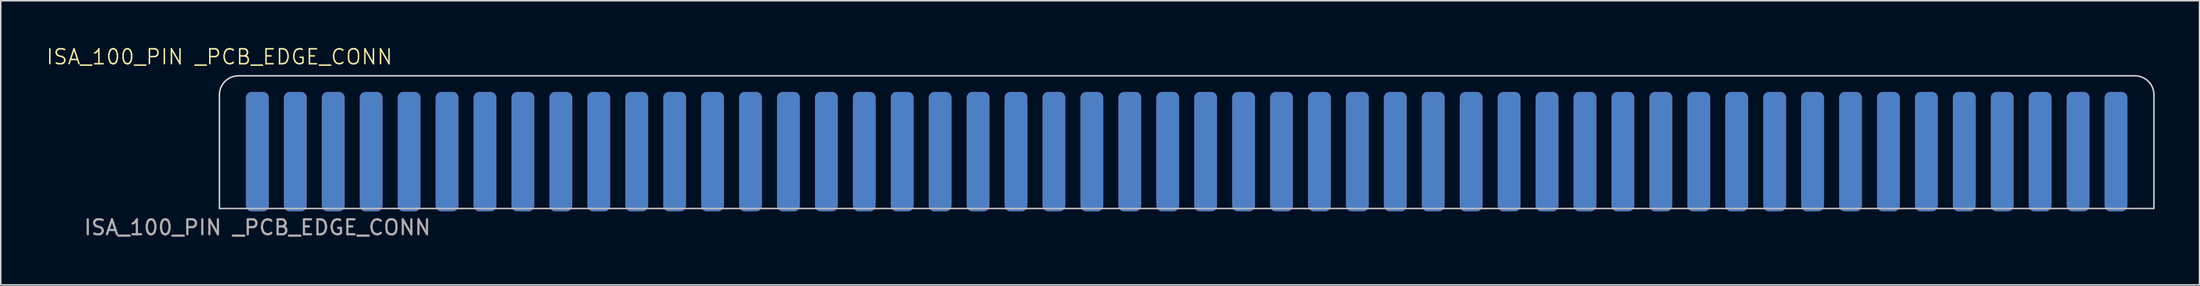
<source format=kicad_pcb>
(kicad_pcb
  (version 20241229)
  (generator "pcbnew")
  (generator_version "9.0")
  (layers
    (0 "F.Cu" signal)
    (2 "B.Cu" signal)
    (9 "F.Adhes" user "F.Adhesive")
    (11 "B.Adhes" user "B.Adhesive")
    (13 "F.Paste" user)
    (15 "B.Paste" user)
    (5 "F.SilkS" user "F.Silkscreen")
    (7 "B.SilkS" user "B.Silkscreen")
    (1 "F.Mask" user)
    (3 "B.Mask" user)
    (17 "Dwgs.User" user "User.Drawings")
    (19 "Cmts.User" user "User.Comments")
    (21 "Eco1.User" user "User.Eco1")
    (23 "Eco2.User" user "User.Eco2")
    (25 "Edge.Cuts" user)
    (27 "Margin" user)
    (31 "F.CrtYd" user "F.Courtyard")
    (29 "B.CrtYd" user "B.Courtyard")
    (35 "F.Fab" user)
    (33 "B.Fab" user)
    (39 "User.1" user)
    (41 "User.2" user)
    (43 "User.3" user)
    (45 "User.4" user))
  (footprint "ISA_100_PIN _PCB_EDGE_CONN"
    (layer "F.Cu")
    (at 14.185 7.111)
    (property "Reference" "ISA_100_PIN _PCB_EDGE_CONN" (at -2.54 -6.35 0) (unlocked yes) (layer "F.SilkS") (effects (font (size 1 1) (thickness 0.1))))
    (attr smd)
    (fp_poly (pts (xy -2.54 -3.81) (xy 127 -3.81) (xy 127 3.81) (xy -2.54 3.81)) (stroke (width 0.1) (type solid)) (fill yes) (layer "F.Mask"))
    (fp_poly (pts (xy -2.54 -3.81) (xy 127 -3.81) (xy 127 3.81) (xy -2.54 3.81)) (stroke (width 0.1) (type solid)) (fill yes) (layer "B.Mask"))
    (fp_line (start -2.54 3.81) (end 127 3.81) (stroke (width 0.1) (type solid)) (layer "Dwgs.User"))
    (fp_line (start -2.54 -3.81) (end -2.54 3.81) (stroke (width 0.1) (type solid)) (layer "Edge.Cuts"))
    (fp_line (start 125.73 -5.08) (end -1.27 -5.08) (stroke (width 0.1) (type default)) (layer "Edge.Cuts"))
    (fp_line (start 127 3.81) (end 127 -3.81) (stroke (width 0.1) (type solid)) (layer "Edge.Cuts"))
    (fp_arc (start -2.54 -3.810001) (mid -2.168026 -4.708026) (end -1.270001 -5.08) (stroke (width 0.1) (type solid)) (layer "Edge.Cuts"))
    (fp_arc (start 125.73 -5.08) (mid 126.628026 -4.708026) (end 127 -3.81) (stroke (width 0.1) (type solid)) (layer "Edge.Cuts"))
    (fp_text user "${REFERENCE}" (at 0 5.08 0) (unlocked yes) (layer "F.Fab") (effects (font (size 1 1) (thickness 0.15))))
    (pad "1" smd roundrect (at 0 0 90) (size 8 1.524) (layers "F.Cu" "F.Mask" "F.Paste") (roundrect_rratio 0.25) (padstack (mode front_inner_back) (layer "Inner" (shape roundrect) (size 6.35 1.57) (roundrect_rratio 0.15)) (layer "B.Cu" (shape roundrect) (size 6.35 1.57) (roundrect_rratio 0.15))))
    (pad "2" smd roundrect (at 0 0 270) (size 6.35 1.57) (layers "B.Cu" "B.Mask" "B.Paste") (roundrect_rratio 0.15) (padstack (mode front_inner_back) (layer "Inner" (shape roundrect) (size 6.35 1.57) (roundrect_rratio 0.15)) (layer "B.Cu" (shape roundrect) (size 8 1.524) (roundrect_rratio 0.25))))
    (pad "3" smd roundrect (at 2.54 0 90) (size 8 1.524) (layers "F.Cu" "F.Mask" "F.Paste") (roundrect_rratio 0.25) (padstack (mode front_inner_back) (layer "Inner" (shape roundrect) (size 6.35 1.57) (roundrect_rratio 0.15)) (layer "B.Cu" (shape roundrect) (size 6.35 1.57) (roundrect_rratio 0.15))))
    (pad "4" smd roundrect (at 2.54 0 270) (size 6.35 1.57) (layers "B.Cu" "B.Mask" "B.Paste") (roundrect_rratio 0.15) (padstack (mode front_inner_back) (layer "Inner" (shape roundrect) (size 6.35 1.57) (roundrect_rratio 0.15)) (layer "B.Cu" (shape roundrect) (size 8 1.524) (roundrect_rratio 0.25))))
    (pad "5" smd roundrect (at 5.08 0 90) (size 8 1.524) (layers "F.Cu" "F.Mask" "F.Paste") (roundrect_rratio 0.25) (padstack (mode front_inner_back) (layer "Inner" (shape roundrect) (size 6.35 1.57) (roundrect_rratio 0.15)) (layer "B.Cu" (shape roundrect) (size 6.35 1.57) (roundrect_rratio 0.15))))
    (pad "6" smd roundrect (at 5.08 0 270) (size 6.35 1.57) (layers "B.Cu" "B.Mask" "B.Paste") (roundrect_rratio 0.15) (padstack (mode front_inner_back) (layer "Inner" (shape roundrect) (size 6.35 1.57) (roundrect_rratio 0.15)) (layer "B.Cu" (shape roundrect) (size 8 1.524) (roundrect_rratio 0.25))))
    (pad "7" smd roundrect (at 7.62 0 90) (size 8 1.524) (layers "F.Cu" "F.Mask" "F.Paste") (roundrect_rratio 0.25) (padstack (mode front_inner_back) (layer "Inner" (shape roundrect) (size 6.35 1.57) (roundrect_rratio 0.15)) (layer "B.Cu" (shape roundrect) (size 6.35 1.57) (roundrect_rratio 0.15))))
    (pad "8" smd roundrect (at 7.62 0 270) (size 6.35 1.57) (layers "B.Cu" "B.Mask" "B.Paste") (roundrect_rratio 0.15) (padstack (mode front_inner_back) (layer "Inner" (shape roundrect) (size 6.35 1.57) (roundrect_rratio 0.15)) (layer "B.Cu" (shape roundrect) (size 8 1.524) (roundrect_rratio 0.25))))
    (pad "9" smd roundrect (at 10.16 0 90) (size 8 1.524) (layers "F.Cu" "F.Mask" "F.Paste") (roundrect_rratio 0.25) (padstack (mode front_inner_back) (layer "Inner" (shape roundrect) (size 6.35 1.57) (roundrect_rratio 0.15)) (layer "B.Cu" (shape roundrect) (size 6.35 1.57) (roundrect_rratio 0.15))))
    (pad "10" smd roundrect (at 10.16 0 270) (size 6.35 1.57) (layers "B.Cu" "B.Mask" "B.Paste") (roundrect_rratio 0.15) (padstack (mode front_inner_back) (layer "Inner" (shape roundrect) (size 6.35 1.57) (roundrect_rratio 0.15)) (layer "B.Cu" (shape roundrect) (size 8 1.524) (roundrect_rratio 0.25))))
    (pad "11" smd roundrect (at 12.7 0 90) (size 8 1.524) (layers "F.Cu" "F.Mask" "F.Paste") (roundrect_rratio 0.25) (padstack (mode front_inner_back) (layer "Inner" (shape roundrect) (size 6.35 1.57) (roundrect_rratio 0.15)) (layer "B.Cu" (shape roundrect) (size 6.35 1.57) (roundrect_rratio 0.15))))
    (pad "12" smd roundrect (at 12.7 0 270) (size 6.35 1.57) (layers "B.Cu" "B.Mask" "B.Paste") (roundrect_rratio 0.15) (padstack (mode front_inner_back) (layer "Inner" (shape roundrect) (size 6.35 1.57) (roundrect_rratio 0.15)) (layer "B.Cu" (shape roundrect) (size 8 1.524) (roundrect_rratio 0.25))))
    (pad "13" smd roundrect (at 15.24 0 90) (size 8 1.524) (layers "F.Cu" "F.Mask" "F.Paste") (roundrect_rratio 0.25) (padstack (mode front_inner_back) (layer "Inner" (shape roundrect) (size 6.35 1.57) (roundrect_rratio 0.15)) (layer "B.Cu" (shape roundrect) (size 6.35 1.57) (roundrect_rratio 0.15))))
    (pad "14" smd roundrect (at 15.24 0 270) (size 6.35 1.57) (layers "B.Cu" "B.Mask" "B.Paste") (roundrect_rratio 0.15) (padstack (mode front_inner_back) (layer "Inner" (shape roundrect) (size 6.35 1.57) (roundrect_rratio 0.15)) (layer "B.Cu" (shape roundrect) (size 8 1.524) (roundrect_rratio 0.25))))
    (pad "15" smd roundrect (at 17.78 0 90) (size 8 1.524) (layers "F.Cu" "F.Mask" "F.Paste") (roundrect_rratio 0.25) (padstack (mode front_inner_back) (layer "Inner" (shape roundrect) (size 6.35 1.57) (roundrect_rratio 0.15)) (layer "B.Cu" (shape roundrect) (size 6.35 1.57) (roundrect_rratio 0.15))))
    (pad "16" smd roundrect (at 17.78 0 270) (size 6.35 1.57) (layers "B.Cu" "B.Mask" "B.Paste") (roundrect_rratio 0.15) (padstack (mode front_inner_back) (layer "Inner" (shape roundrect) (size 6.35 1.57) (roundrect_rratio 0.15)) (layer "B.Cu" (shape roundrect) (size 8 1.524) (roundrect_rratio 0.25))))
    (pad "17" smd roundrect (at 20.32 0 90) (size 8 1.524) (layers "F.Cu" "F.Mask" "F.Paste") (roundrect_rratio 0.25) (padstack (mode front_inner_back) (layer "Inner" (shape roundrect) (size 6.35 1.57) (roundrect_rratio 0.15)) (layer "B.Cu" (shape roundrect) (size 6.35 1.57) (roundrect_rratio 0.15))))
    (pad "18" smd roundrect (at 20.32 0 270) (size 6.35 1.57) (layers "B.Cu" "B.Mask" "B.Paste") (roundrect_rratio 0.15) (padstack (mode front_inner_back) (layer "Inner" (shape roundrect) (size 6.35 1.57) (roundrect_rratio 0.15)) (layer "B.Cu" (shape roundrect) (size 8 1.524) (roundrect_rratio 0.25))))
    (pad "19" smd roundrect (at 22.86 0 90) (size 8 1.524) (layers "F.Cu" "F.Mask" "F.Paste") (roundrect_rratio 0.25) (padstack (mode front_inner_back) (layer "Inner" (shape roundrect) (size 6.35 1.57) (roundrect_rratio 0.15)) (layer "B.Cu" (shape roundrect) (size 6.35 1.57) (roundrect_rratio 0.15))))
    (pad "20" smd roundrect (at 22.86 0 270) (size 6.35 1.57) (layers "B.Cu" "B.Mask" "B.Paste") (roundrect_rratio 0.15) (padstack (mode front_inner_back) (layer "Inner" (shape roundrect) (size 6.35 1.57) (roundrect_rratio 0.15)) (layer "B.Cu" (shape roundrect) (size 8 1.524) (roundrect_rratio 0.25))))
    (pad "21" smd roundrect (at 25.4 0 90) (size 8 1.524) (layers "F.Cu" "F.Mask" "F.Paste") (roundrect_rratio 0.25) (padstack (mode front_inner_back) (layer "Inner" (shape roundrect) (size 6.35 1.57) (roundrect_rratio 0.15)) (layer "B.Cu" (shape roundrect) (size 6.35 1.57) (roundrect_rratio 0.15))))
    (pad "22" smd roundrect (at 25.4 0 270) (size 6.35 1.57) (layers "B.Cu" "B.Mask" "B.Paste") (roundrect_rratio 0.15) (padstack (mode front_inner_back) (layer "Inner" (shape roundrect) (size 6.35 1.57) (roundrect_rratio 0.15)) (layer "B.Cu" (shape roundrect) (size 8 1.524) (roundrect_rratio 0.25))))
    (pad "23" smd roundrect (at 27.94 0 90) (size 8 1.524) (layers "F.Cu" "F.Mask" "F.Paste") (roundrect_rratio 0.25) (padstack (mode front_inner_back) (layer "Inner" (shape roundrect) (size 6.35 1.57) (roundrect_rratio 0.15)) (layer "B.Cu" (shape roundrect) (size 6.35 1.57) (roundrect_rratio 0.15))))
    (pad "24" smd roundrect (at 27.94 0 270) (size 6.35 1.57) (layers "B.Cu" "B.Mask" "B.Paste") (roundrect_rratio 0.15) (padstack (mode front_inner_back) (layer "Inner" (shape roundrect) (size 6.35 1.57) (roundrect_rratio 0.15)) (layer "B.Cu" (shape roundrect) (size 8 1.524) (roundrect_rratio 0.25))))
    (pad "25" smd roundrect (at 30.48 0 90) (size 8 1.524) (layers "F.Cu" "F.Mask" "F.Paste") (roundrect_rratio 0.25) (padstack (mode front_inner_back) (layer "Inner" (shape roundrect) (size 6.35 1.57) (roundrect_rratio 0.15)) (layer "B.Cu" (shape roundrect) (size 6.35 1.57) (roundrect_rratio 0.15))))
    (pad "26" smd roundrect (at 30.48 0 270) (size 6.35 1.57) (layers "B.Cu" "B.Mask" "B.Paste") (roundrect_rratio 0.15) (padstack (mode front_inner_back) (layer "Inner" (shape roundrect) (size 6.35 1.57) (roundrect_rratio 0.15)) (layer "B.Cu" (shape roundrect) (size 8 1.524) (roundrect_rratio 0.25))))
    (pad "27" smd roundrect (at 33.02 0 90) (size 8 1.524) (layers "F.Cu" "F.Mask" "F.Paste") (roundrect_rratio 0.25) (padstack (mode front_inner_back) (layer "Inner" (shape roundrect) (size 6.35 1.57) (roundrect_rratio 0.15)) (layer "B.Cu" (shape roundrect) (size 6.35 1.57) (roundrect_rratio 0.15))))
    (pad "28" smd roundrect (at 33.02 0 270) (size 6.35 1.57) (layers "B.Cu" "B.Mask" "B.Paste") (roundrect_rratio 0.15) (padstack (mode front_inner_back) (layer "Inner" (shape roundrect) (size 6.35 1.57) (roundrect_rratio 0.15)) (layer "B.Cu" (shape roundrect) (size 8 1.524) (roundrect_rratio 0.25))))
    (pad "29" smd roundrect (at 35.56 0 90) (size 8 1.524) (layers "F.Cu" "F.Mask" "F.Paste") (roundrect_rratio 0.25) (padstack (mode front_inner_back) (layer "Inner" (shape roundrect) (size 6.35 1.57) (roundrect_rratio 0.15)) (layer "B.Cu" (shape roundrect) (size 6.35 1.57) (roundrect_rratio 0.15))))
    (pad "30" smd roundrect (at 35.56 0 270) (size 6.35 1.57) (layers "B.Cu" "B.Mask" "B.Paste") (roundrect_rratio 0.15) (padstack (mode front_inner_back) (layer "Inner" (shape roundrect) (size 6.35 1.57) (roundrect_rratio 0.15)) (layer "B.Cu" (shape roundrect) (size 8 1.524) (roundrect_rratio 0.25))))
    (pad "31" smd roundrect (at 38.1 0 90) (size 8 1.524) (layers "F.Cu" "F.Mask" "F.Paste") (roundrect_rratio 0.25) (padstack (mode front_inner_back) (layer "Inner" (shape roundrect) (size 6.35 1.57) (roundrect_rratio 0.15)) (layer "B.Cu" (shape roundrect) (size 6.35 1.57) (roundrect_rratio 0.15))))
    (pad "32" smd roundrect (at 38.1 0 270) (size 6.35 1.57) (layers "B.Cu" "B.Mask" "B.Paste") (roundrect_rratio 0.15) (padstack (mode front_inner_back) (layer "Inner" (shape roundrect) (size 6.35 1.57) (roundrect_rratio 0.15)) (layer "B.Cu" (shape roundrect) (size 8 1.524) (roundrect_rratio 0.25))))
    (pad "33" smd roundrect (at 40.64 0 90) (size 8 1.524) (layers "F.Cu" "F.Mask" "F.Paste") (roundrect_rratio 0.25) (padstack (mode front_inner_back) (layer "Inner" (shape roundrect) (size 6.35 1.57) (roundrect_rratio 0.15)) (layer "B.Cu" (shape roundrect) (size 6.35 1.57) (roundrect_rratio 0.15))))
    (pad "34" smd roundrect (at 40.64 0 270) (size 6.35 1.57) (layers "B.Cu" "B.Mask" "B.Paste") (roundrect_rratio 0.15) (padstack (mode front_inner_back) (layer "Inner" (shape roundrect) (size 6.35 1.57) (roundrect_rratio 0.15)) (layer "B.Cu" (shape roundrect) (size 8 1.524) (roundrect_rratio 0.25))))
    (pad "35" smd roundrect (at 43.18 0 90) (size 8 1.524) (layers "F.Cu" "F.Mask" "F.Paste") (roundrect_rratio 0.25) (padstack (mode front_inner_back) (layer "Inner" (shape roundrect) (size 6.35 1.57) (roundrect_rratio 0.15)) (layer "B.Cu" (shape roundrect) (size 6.35 1.57) (roundrect_rratio 0.15))))
    (pad "36" smd roundrect (at 43.18 0 270) (size 6.35 1.57) (layers "B.Cu" "B.Mask" "B.Paste") (roundrect_rratio 0.15) (padstack (mode front_inner_back) (layer "Inner" (shape roundrect) (size 6.35 1.57) (roundrect_rratio 0.15)) (layer "B.Cu" (shape roundrect) (size 8 1.524) (roundrect_rratio 0.25))))
    (pad "37" smd roundrect (at 45.72 0 90) (size 8 1.524) (layers "F.Cu" "F.Mask" "F.Paste") (roundrect_rratio 0.25) (padstack (mode front_inner_back) (layer "Inner" (shape roundrect) (size 6.35 1.57) (roundrect_rratio 0.15)) (layer "B.Cu" (shape roundrect) (size 6.35 1.57) (roundrect_rratio 0.15))))
    (pad "38" smd roundrect (at 45.72 0 270) (size 6.35 1.57) (layers "B.Cu" "B.Mask" "B.Paste") (roundrect_rratio 0.15) (padstack (mode front_inner_back) (layer "Inner" (shape roundrect) (size 6.35 1.57) (roundrect_rratio 0.15)) (layer "B.Cu" (shape roundrect) (size 8 1.524) (roundrect_rratio 0.25))))
    (pad "39" smd roundrect (at 48.26 0 90) (size 8 1.524) (layers "F.Cu" "F.Mask" "F.Paste") (roundrect_rratio 0.25) (padstack (mode front_inner_back) (layer "Inner" (shape roundrect) (size 6.35 1.57) (roundrect_rratio 0.15)) (layer "B.Cu" (shape roundrect) (size 6.35 1.57) (roundrect_rratio 0.15))))
    (pad "40" smd roundrect (at 48.26 0 270) (size 6.35 1.57) (layers "B.Cu" "B.Mask" "B.Paste") (roundrect_rratio 0.15) (padstack (mode front_inner_back) (layer "Inner" (shape roundrect) (size 6.35 1.57) (roundrect_rratio 0.15)) (layer "B.Cu" (shape roundrect) (size 8 1.524) (roundrect_rratio 0.25))))
    (pad "41" smd roundrect (at 50.8 0 90) (size 8 1.524) (layers "F.Cu" "F.Mask" "F.Paste") (roundrect_rratio 0.25) (padstack (mode front_inner_back) (layer "Inner" (shape roundrect) (size 6.35 1.57) (roundrect_rratio 0.15)) (layer "B.Cu" (shape roundrect) (size 6.35 1.57) (roundrect_rratio 0.15))))
    (pad "42" smd roundrect (at 50.8 0 270) (size 6.35 1.57) (layers "B.Cu" "B.Mask" "B.Paste") (roundrect_rratio 0.15) (padstack (mode front_inner_back) (layer "Inner" (shape roundrect) (size 6.35 1.57) (roundrect_rratio 0.15)) (layer "B.Cu" (shape roundrect) (size 8 1.524) (roundrect_rratio 0.25))))
    (pad "43" smd roundrect (at 53.34 0 90) (size 8 1.524) (layers "F.Cu" "F.Mask" "F.Paste") (roundrect_rratio 0.25) (padstack (mode front_inner_back) (layer "Inner" (shape roundrect) (size 6.35 1.57) (roundrect_rratio 0.15)) (layer "B.Cu" (shape roundrect) (size 6.35 1.57) (roundrect_rratio 0.15))))
    (pad "44" smd roundrect (at 53.34 0 270) (size 6.35 1.57) (layers "B.Cu" "B.Mask" "B.Paste") (roundrect_rratio 0.15) (padstack (mode front_inner_back) (layer "Inner" (shape roundrect) (size 6.35 1.57) (roundrect_rratio 0.15)) (layer "B.Cu" (shape roundrect) (size 8 1.524) (roundrect_rratio 0.25))))
    (pad "45" smd roundrect (at 55.88 0 90) (size 8 1.524) (layers "F.Cu" "F.Mask" "F.Paste") (roundrect_rratio 0.25) (padstack (mode front_inner_back) (layer "Inner" (shape roundrect) (size 6.35 1.57) (roundrect_rratio 0.15)) (layer "B.Cu" (shape roundrect) (size 6.35 1.57) (roundrect_rratio 0.15))))
    (pad "46" smd roundrect (at 55.88 0 270) (size 6.35 1.57) (layers "B.Cu" "B.Mask" "B.Paste") (roundrect_rratio 0.15) (padstack (mode front_inner_back) (layer "Inner" (shape roundrect) (size 6.35 1.57) (roundrect_rratio 0.15)) (layer "B.Cu" (shape roundrect) (size 8 1.524) (roundrect_rratio 0.25))))
    (pad "47" smd roundrect (at 58.42 0 90) (size 8 1.524) (layers "F.Cu" "F.Mask" "F.Paste") (roundrect_rratio 0.25) (padstack (mode front_inner_back) (layer "Inner" (shape roundrect) (size 6.35 1.57) (roundrect_rratio 0.15)) (layer "B.Cu" (shape roundrect) (size 6.35 1.57) (roundrect_rratio 0.15))))
    (pad "48" smd roundrect (at 58.42 0 270) (size 6.35 1.57) (layers "B.Cu" "B.Mask" "B.Paste") (roundrect_rratio 0.15) (padstack (mode front_inner_back) (layer "Inner" (shape roundrect) (size 6.35 1.57) (roundrect_rratio 0.15)) (layer "B.Cu" (shape roundrect) (size 8 1.524) (roundrect_rratio 0.25))))
    (pad "49" smd roundrect (at 60.96 0 90) (size 8 1.524) (layers "F.Cu" "F.Mask" "F.Paste") (roundrect_rratio 0.25) (padstack (mode front_inner_back) (layer "Inner" (shape roundrect) (size 6.35 1.57) (roundrect_rratio 0.15)) (layer "B.Cu" (shape roundrect) (size 6.35 1.57) (roundrect_rratio 0.15))))
    (pad "50" smd roundrect (at 60.96 0 270) (size 6.35 1.57) (layers "B.Cu" "B.Mask" "B.Paste") (roundrect_rratio 0.15) (padstack (mode front_inner_back) (layer "Inner" (shape roundrect) (size 6.35 1.57) (roundrect_rratio 0.15)) (layer "B.Cu" (shape roundrect) (size 8 1.524) (roundrect_rratio 0.25))))
    (pad "51" smd roundrect (at 63.5 0 90) (size 8 1.524) (layers "F.Cu" "F.Mask" "F.Paste") (roundrect_rratio 0.25) (padstack (mode front_inner_back) (layer "Inner" (shape roundrect) (size 6.35 1.57) (roundrect_rratio 0.15)) (layer "B.Cu" (shape roundrect) (size 6.35 1.57) (roundrect_rratio 0.15))))
    (pad "52" smd roundrect (at 63.5 0 270) (size 6.35 1.57) (layers "B.Cu" "B.Mask" "B.Paste") (roundrect_rratio 0.15) (padstack (mode front_inner_back) (layer "Inner" (shape roundrect) (size 6.35 1.57) (roundrect_rratio 0.15)) (layer "B.Cu" (shape roundrect) (size 8 1.524) (roundrect_rratio 0.25))))
    (pad "53" smd roundrect (at 66.04 0 90) (size 8 1.524) (layers "F.Cu" "F.Mask" "F.Paste") (roundrect_rratio 0.25) (padstack (mode front_inner_back) (layer "Inner" (shape roundrect) (size 6.35 1.57) (roundrect_rratio 0.15)) (layer "B.Cu" (shape roundrect) (size 6.35 1.57) (roundrect_rratio 0.15))))
    (pad "54" smd roundrect (at 66.04 0 270) (size 6.35 1.57) (layers "B.Cu" "B.Mask" "B.Paste") (roundrect_rratio 0.15) (padstack (mode front_inner_back) (layer "Inner" (shape roundrect) (size 6.35 1.57) (roundrect_rratio 0.15)) (layer "B.Cu" (shape roundrect) (size 8 1.524) (roundrect_rratio 0.25))))
    (pad "55" smd roundrect (at 68.58 0 90) (size 8 1.524) (layers "F.Cu" "F.Mask" "F.Paste") (roundrect_rratio 0.25) (padstack (mode front_inner_back) (layer "Inner" (shape roundrect) (size 6.35 1.57) (roundrect_rratio 0.15)) (layer "B.Cu" (shape roundrect) (size 6.35 1.57) (roundrect_rratio 0.15))))
    (pad "56" smd roundrect (at 68.58 0 270) (size 6.35 1.57) (layers "B.Cu" "B.Mask" "B.Paste") (roundrect_rratio 0.15) (padstack (mode front_inner_back) (layer "Inner" (shape roundrect) (size 6.35 1.57) (roundrect_rratio 0.15)) (layer "B.Cu" (shape roundrect) (size 8 1.524) (roundrect_rratio 0.25))))
    (pad "57" smd roundrect (at 71.12 0 90) (size 8 1.524) (layers "F.Cu" "F.Mask" "F.Paste") (roundrect_rratio 0.25) (padstack (mode front_inner_back) (layer "Inner" (shape roundrect) (size 6.35 1.57) (roundrect_rratio 0.15)) (layer "B.Cu" (shape roundrect) (size 6.35 1.57) (roundrect_rratio 0.15))))
    (pad "58" smd roundrect (at 71.12 0 270) (size 6.35 1.57) (layers "B.Cu" "B.Mask" "B.Paste") (roundrect_rratio 0.15) (padstack (mode front_inner_back) (layer "Inner" (shape roundrect) (size 6.35 1.57) (roundrect_rratio 0.15)) (layer "B.Cu" (shape roundrect) (size 8 1.524) (roundrect_rratio 0.25))))
    (pad "59" smd roundrect (at 73.66 0 90) (size 8 1.524) (layers "F.Cu" "F.Mask" "F.Paste") (roundrect_rratio 0.25) (padstack (mode front_inner_back) (layer "Inner" (shape roundrect) (size 6.35 1.57) (roundrect_rratio 0.15)) (layer "B.Cu" (shape roundrect) (size 6.35 1.57) (roundrect_rratio 0.15))))
    (pad "60" smd roundrect (at 73.66 0 270) (size 6.35 1.57) (layers "B.Cu" "B.Mask" "B.Paste") (roundrect_rratio 0.15) (padstack (mode front_inner_back) (layer "Inner" (shape roundrect) (size 6.35 1.57) (roundrect_rratio 0.15)) (layer "B.Cu" (shape roundrect) (size 8 1.524) (roundrect_rratio 0.25))))
    (pad "61" smd roundrect (at 76.2 0 90) (size 8 1.524) (layers "F.Cu" "F.Mask" "F.Paste") (roundrect_rratio 0.25) (padstack (mode front_inner_back) (layer "Inner" (shape roundrect) (size 6.35 1.57) (roundrect_rratio 0.15)) (layer "B.Cu" (shape roundrect) (size 6.35 1.57) (roundrect_rratio 0.15))))
    (pad "62" smd roundrect (at 76.2 0 270) (size 6.35 1.57) (layers "B.Cu" "B.Mask" "B.Paste") (roundrect_rratio 0.15) (padstack (mode front_inner_back) (layer "Inner" (shape roundrect) (size 6.35 1.57) (roundrect_rratio 0.15)) (layer "B.Cu" (shape roundrect) (size 8 1.524) (roundrect_rratio 0.25))))
    (pad "63" smd roundrect (at 78.74 0 90) (size 8 1.524) (layers "F.Cu" "F.Mask" "F.Paste") (roundrect_rratio 0.25) (padstack (mode front_inner_back) (layer "Inner" (shape roundrect) (size 6.35 1.57) (roundrect_rratio 0.15)) (layer "B.Cu" (shape roundrect) (size 6.35 1.57) (roundrect_rratio 0.15))))
    (pad "64" smd roundrect (at 78.74 0 270) (size 6.35 1.57) (layers "B.Cu" "B.Mask" "B.Paste") (roundrect_rratio 0.15) (padstack (mode front_inner_back) (layer "Inner" (shape roundrect) (size 6.35 1.57) (roundrect_rratio 0.15)) (layer "B.Cu" (shape roundrect) (size 8 1.524) (roundrect_rratio 0.25))))
    (pad "65" smd roundrect (at 81.28 0 90) (size 8 1.524) (layers "F.Cu" "F.Mask" "F.Paste") (roundrect_rratio 0.25) (padstack (mode front_inner_back) (layer "Inner" (shape roundrect) (size 6.35 1.57) (roundrect_rratio 0.15)) (layer "B.Cu" (shape roundrect) (size 6.35 1.57) (roundrect_rratio 0.15))))
    (pad "66" smd roundrect (at 81.28 0 270) (size 6.35 1.57) (layers "B.Cu" "B.Mask" "B.Paste") (roundrect_rratio 0.15) (padstack (mode front_inner_back) (layer "Inner" (shape roundrect) (size 6.35 1.57) (roundrect_rratio 0.15)) (layer "B.Cu" (shape roundrect) (size 8 1.524) (roundrect_rratio 0.25))))
    (pad "67" smd roundrect (at 83.82 0 90) (size 8 1.524) (layers "F.Cu" "F.Mask" "F.Paste") (roundrect_rratio 0.25) (padstack (mode front_inner_back) (layer "Inner" (shape roundrect) (size 6.35 1.57) (roundrect_rratio 0.15)) (layer "B.Cu" (shape roundrect) (size 6.35 1.57) (roundrect_rratio 0.15))))
    (pad "68" smd roundrect (at 83.82 0 270) (size 6.35 1.57) (layers "B.Cu" "B.Mask" "B.Paste") (roundrect_rratio 0.15) (padstack (mode front_inner_back) (layer "Inner" (shape roundrect) (size 6.35 1.57) (roundrect_rratio 0.15)) (layer "B.Cu" (shape roundrect) (size 8 1.524) (roundrect_rratio 0.25))))
    (pad "69" smd roundrect (at 86.36 0 90) (size 8 1.524) (layers "F.Cu" "F.Mask" "F.Paste") (roundrect_rratio 0.25) (padstack (mode front_inner_back) (layer "Inner" (shape roundrect) (size 6.35 1.57) (roundrect_rratio 0.15)) (layer "B.Cu" (shape roundrect) (size 6.35 1.57) (roundrect_rratio 0.15))))
    (pad "70" smd roundrect (at 86.36 0 270) (size 6.35 1.57) (layers "B.Cu" "B.Mask" "B.Paste") (roundrect_rratio 0.15) (padstack (mode front_inner_back) (layer "Inner" (shape roundrect) (size 6.35 1.57) (roundrect_rratio 0.15)) (layer "B.Cu" (shape roundrect) (size 8 1.524) (roundrect_rratio 0.25))))
    (pad "71" smd roundrect (at 88.9 0 90) (size 8 1.524) (layers "F.Cu" "F.Mask" "F.Paste") (roundrect_rratio 0.25) (padstack (mode front_inner_back) (layer "Inner" (shape roundrect) (size 6.35 1.57) (roundrect_rratio 0.15)) (layer "B.Cu" (shape roundrect) (size 6.35 1.57) (roundrect_rratio 0.15))))
    (pad "72" smd roundrect (at 88.9 0 270) (size 6.35 1.57) (layers "B.Cu" "B.Mask" "B.Paste") (roundrect_rratio 0.15) (padstack (mode front_inner_back) (layer "Inner" (shape roundrect) (size 6.35 1.57) (roundrect_rratio 0.15)) (layer "B.Cu" (shape roundrect) (size 8 1.524) (roundrect_rratio 0.25))))
    (pad "73" smd roundrect (at 91.44 0 90) (size 8 1.524) (layers "F.Cu" "F.Mask" "F.Paste") (roundrect_rratio 0.25) (padstack (mode front_inner_back) (layer "Inner" (shape roundrect) (size 6.35 1.57) (roundrect_rratio 0.15)) (layer "B.Cu" (shape roundrect) (size 6.35 1.57) (roundrect_rratio 0.15))))
    (pad "74" smd roundrect (at 91.44 0 270) (size 6.35 1.57) (layers "B.Cu" "B.Mask" "B.Paste") (roundrect_rratio 0.15) (padstack (mode front_inner_back) (layer "Inner" (shape roundrect) (size 6.35 1.57) (roundrect_rratio 0.15)) (layer "B.Cu" (shape roundrect) (size 8 1.524) (roundrect_rratio 0.25))))
    (pad "75" smd roundrect (at 93.98 0 90) (size 8 1.524) (layers "F.Cu" "F.Mask" "F.Paste") (roundrect_rratio 0.25) (padstack (mode front_inner_back) (layer "Inner" (shape roundrect) (size 6.35 1.57) (roundrect_rratio 0.15)) (layer "B.Cu" (shape roundrect) (size 6.35 1.57) (roundrect_rratio 0.15))))
    (pad "76" smd roundrect (at 93.98 0 270) (size 6.35 1.57) (layers "B.Cu" "B.Mask" "B.Paste") (roundrect_rratio 0.15) (padstack (mode front_inner_back) (layer "Inner" (shape roundrect) (size 6.35 1.57) (roundrect_rratio 0.15)) (layer "B.Cu" (shape roundrect) (size 8 1.524) (roundrect_rratio 0.25))))
    (pad "77" smd roundrect (at 96.52 0 90) (size 8 1.524) (layers "F.Cu" "F.Mask" "F.Paste") (roundrect_rratio 0.25) (padstack (mode front_inner_back) (layer "Inner" (shape roundrect) (size 6.35 1.57) (roundrect_rratio 0.15)) (layer "B.Cu" (shape roundrect) (size 6.35 1.57) (roundrect_rratio 0.15))))
    (pad "78" smd roundrect (at 96.52 0 270) (size 6.35 1.57) (layers "B.Cu" "B.Mask" "B.Paste") (roundrect_rratio 0.15) (padstack (mode front_inner_back) (layer "Inner" (shape roundrect) (size 6.35 1.57) (roundrect_rratio 0.15)) (layer "B.Cu" (shape roundrect) (size 8 1.524) (roundrect_rratio 0.25))))
    (pad "79" smd roundrect (at 99.06 0 90) (size 8 1.524) (layers "F.Cu" "F.Mask" "F.Paste") (roundrect_rratio 0.25) (padstack (mode front_inner_back) (layer "Inner" (shape roundrect) (size 6.35 1.57) (roundrect_rratio 0.15)) (layer "B.Cu" (shape roundrect) (size 6.35 1.57) (roundrect_rratio 0.15))))
    (pad "80" smd roundrect (at 99.06 0 270) (size 6.35 1.57) (layers "B.Cu" "B.Mask" "B.Paste") (roundrect_rratio 0.15) (padstack (mode front_inner_back) (layer "Inner" (shape roundrect) (size 6.35 1.57) (roundrect_rratio 0.15)) (layer "B.Cu" (shape roundrect) (size 8 1.524) (roundrect_rratio 0.25))))
    (pad "81" smd roundrect (at 101.6 0 90) (size 8 1.524) (layers "F.Cu" "F.Mask" "F.Paste") (roundrect_rratio 0.25) (padstack (mode front_inner_back) (layer "Inner" (shape roundrect) (size 6.35 1.57) (roundrect_rratio 0.15)) (layer "B.Cu" (shape roundrect) (size 6.35 1.57) (roundrect_rratio 0.15))))
    (pad "82" smd roundrect (at 101.6 0 270) (size 6.35 1.57) (layers "B.Cu" "B.Mask" "B.Paste") (roundrect_rratio 0.15) (padstack (mode front_inner_back) (layer "Inner" (shape roundrect) (size 6.35 1.57) (roundrect_rratio 0.15)) (layer "B.Cu" (shape roundrect) (size 8 1.524) (roundrect_rratio 0.25))))
    (pad "83" smd roundrect (at 104.14 0 90) (size 8 1.524) (layers "F.Cu" "F.Mask" "F.Paste") (roundrect_rratio 0.25) (padstack (mode front_inner_back) (layer "Inner" (shape roundrect) (size 6.35 1.57) (roundrect_rratio 0.15)) (layer "B.Cu" (shape roundrect) (size 6.35 1.57) (roundrect_rratio 0.15))))
    (pad "84" smd roundrect (at 104.14 0 270) (size 6.35 1.57) (layers "B.Cu" "B.Mask" "B.Paste") (roundrect_rratio 0.15) (padstack (mode front_inner_back) (layer "Inner" (shape roundrect) (size 6.35 1.57) (roundrect_rratio 0.15)) (layer "B.Cu" (shape roundrect) (size 8 1.524) (roundrect_rratio 0.25))))
    (pad "85" smd roundrect (at 106.68 0 90) (size 8 1.524) (layers "F.Cu" "F.Mask" "F.Paste") (roundrect_rratio 0.25) (padstack (mode front_inner_back) (layer "Inner" (shape roundrect) (size 6.35 1.57) (roundrect_rratio 0.15)) (layer "B.Cu" (shape roundrect) (size 6.35 1.57) (roundrect_rratio 0.15))))
    (pad "86" smd roundrect (at 106.68 0 270) (size 6.35 1.57) (layers "B.Cu" "B.Mask" "B.Paste") (roundrect_rratio 0.15) (padstack (mode front_inner_back) (layer "Inner" (shape roundrect) (size 6.35 1.57) (roundrect_rratio 0.15)) (layer "B.Cu" (shape roundrect) (size 8 1.524) (roundrect_rratio 0.25))))
    (pad "87" smd roundrect (at 109.22 0 90) (size 8 1.524) (layers "F.Cu" "F.Mask" "F.Paste") (roundrect_rratio 0.25) (padstack (mode front_inner_back) (layer "Inner" (shape roundrect) (size 6.35 1.57) (roundrect_rratio 0.15)) (layer "B.Cu" (shape roundrect) (size 6.35 1.57) (roundrect_rratio 0.15))))
    (pad "88" smd roundrect (at 109.22 0 270) (size 6.35 1.57) (layers "B.Cu" "B.Mask" "B.Paste") (roundrect_rratio 0.15) (padstack (mode front_inner_back) (layer "Inner" (shape roundrect) (size 6.35 1.57) (roundrect_rratio 0.15)) (layer "B.Cu" (shape roundrect) (size 8 1.524) (roundrect_rratio 0.25))))
    (pad "89" smd roundrect (at 111.76 0 90) (size 8 1.524) (layers "F.Cu" "F.Mask" "F.Paste") (roundrect_rratio 0.25) (padstack (mode front_inner_back) (layer "Inner" (shape roundrect) (size 6.35 1.57) (roundrect_rratio 0.15)) (layer "B.Cu" (shape roundrect) (size 6.35 1.57) (roundrect_rratio 0.15))))
    (pad "90" smd roundrect (at 111.76 0 270) (size 6.35 1.57) (layers "B.Cu" "B.Mask" "B.Paste") (roundrect_rratio 0.15) (padstack (mode front_inner_back) (layer "Inner" (shape roundrect) (size 6.35 1.57) (roundrect_rratio 0.15)) (layer "B.Cu" (shape roundrect) (size 8 1.524) (roundrect_rratio 0.25))))
    (pad "91" smd roundrect (at 114.3 0 90) (size 8 1.524) (layers "F.Cu" "F.Mask" "F.Paste") (roundrect_rratio 0.25) (padstack (mode front_inner_back) (layer "Inner" (shape roundrect) (size 6.35 1.57) (roundrect_rratio 0.15)) (layer "B.Cu" (shape roundrect) (size 6.35 1.57) (roundrect_rratio 0.15))))
    (pad "92" smd roundrect (at 114.3 0 270) (size 6.35 1.57) (layers "B.Cu" "B.Mask" "B.Paste") (roundrect_rratio 0.15) (padstack (mode front_inner_back) (layer "Inner" (shape roundrect) (size 6.35 1.57) (roundrect_rratio 0.15)) (layer "B.Cu" (shape roundrect) (size 8 1.524) (roundrect_rratio 0.25))))
    (pad "93" smd roundrect (at 116.84 0 90) (size 8 1.524) (layers "F.Cu" "F.Mask" "F.Paste") (roundrect_rratio 0.25) (padstack (mode front_inner_back) (layer "Inner" (shape roundrect) (size 6.35 1.57) (roundrect_rratio 0.15)) (layer "B.Cu" (shape roundrect) (size 6.35 1.57) (roundrect_rratio 0.15))))
    (pad "94" smd roundrect (at 116.84 0 270) (size 6.35 1.57) (layers "B.Cu" "B.Mask" "B.Paste") (roundrect_rratio 0.15) (padstack (mode front_inner_back) (layer "Inner" (shape roundrect) (size 6.35 1.57) (roundrect_rratio 0.15)) (layer "B.Cu" (shape roundrect) (size 8 1.524) (roundrect_rratio 0.25))))
    (pad "95" smd roundrect (at 119.38 0 90) (size 8 1.524) (layers "F.Cu" "F.Mask" "F.Paste") (roundrect_rratio 0.25) (padstack (mode front_inner_back) (layer "Inner" (shape roundrect) (size 6.35 1.57) (roundrect_rratio 0.15)) (layer "B.Cu" (shape roundrect) (size 6.35 1.57) (roundrect_rratio 0.15))))
    (pad "96" smd roundrect (at 119.38 0 270) (size 6.35 1.57) (layers "B.Cu" "B.Mask" "B.Paste") (roundrect_rratio 0.15) (padstack (mode front_inner_back) (layer "Inner" (shape roundrect) (size 6.35 1.57) (roundrect_rratio 0.15)) (layer "B.Cu" (shape roundrect) (size 8 1.524) (roundrect_rratio 0.25))))
    (pad "97" smd roundrect (at 121.92 0 90) (size 8 1.524) (layers "F.Cu" "F.Mask" "F.Paste") (roundrect_rratio 0.25) (padstack (mode front_inner_back) (layer "Inner" (shape roundrect) (size 6.35 1.57) (roundrect_rratio 0.15)) (layer "B.Cu" (shape roundrect) (size 6.35 1.57) (roundrect_rratio 0.15))))
    (pad "98" smd roundrect (at 121.92 0 270) (size 6.35 1.57) (layers "B.Cu" "B.Mask" "B.Paste") (roundrect_rratio 0.15) (padstack (mode front_inner_back) (layer "Inner" (shape roundrect) (size 6.35 1.57) (roundrect_rratio 0.15)) (layer "B.Cu" (shape roundrect) (size 8 1.524) (roundrect_rratio 0.25))))
    (pad "99" smd roundrect (at 124.46 0 90) (size 8 1.524) (layers "F.Cu" "F.Mask" "F.Paste") (roundrect_rratio 0.25) (padstack (mode front_inner_back) (layer "Inner" (shape roundrect) (size 6.35 1.57) (roundrect_rratio 0.15)) (layer "B.Cu" (shape roundrect) (size 6.35 1.57) (roundrect_rratio 0.15))))
    (pad "100" smd roundrect (at 124.46 0 270) (size 6.35 1.57) (layers "B.Cu" "B.Mask" "B.Paste") (roundrect_rratio 0.15) (padstack (mode front_inner_back) (layer "Inner" (shape roundrect) (size 6.35 1.57) (roundrect_rratio 0.15)) (layer "B.Cu" (shape roundrect) (size 8 1.524) (roundrect_rratio 0.25)))))
  (gr_rect
    (start -3 -3)
    (end 144.235 16.039)
    (stroke (width 0.1) (type default))
    (fill no)
    (layer "Edge.Cuts")))
</source>
